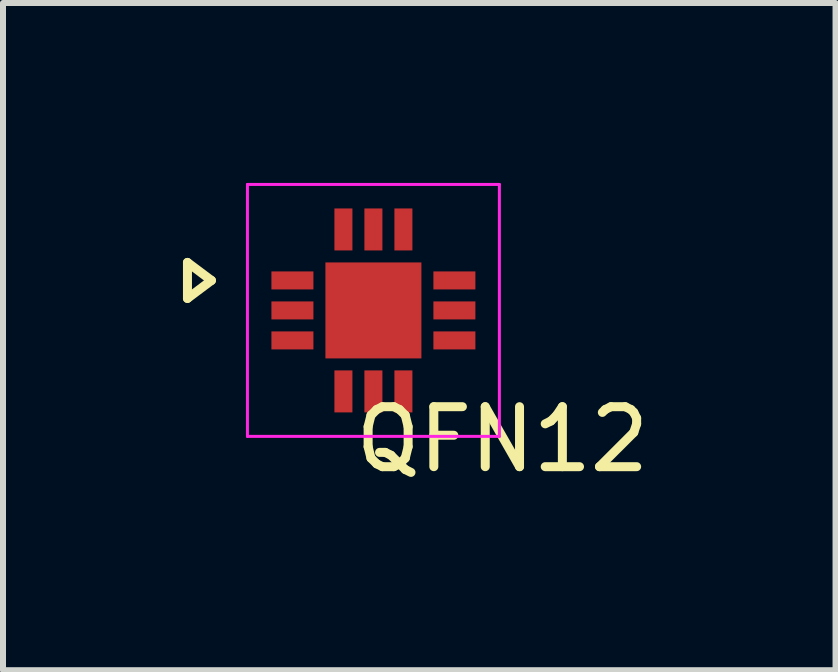
<source format=kicad_pcb>
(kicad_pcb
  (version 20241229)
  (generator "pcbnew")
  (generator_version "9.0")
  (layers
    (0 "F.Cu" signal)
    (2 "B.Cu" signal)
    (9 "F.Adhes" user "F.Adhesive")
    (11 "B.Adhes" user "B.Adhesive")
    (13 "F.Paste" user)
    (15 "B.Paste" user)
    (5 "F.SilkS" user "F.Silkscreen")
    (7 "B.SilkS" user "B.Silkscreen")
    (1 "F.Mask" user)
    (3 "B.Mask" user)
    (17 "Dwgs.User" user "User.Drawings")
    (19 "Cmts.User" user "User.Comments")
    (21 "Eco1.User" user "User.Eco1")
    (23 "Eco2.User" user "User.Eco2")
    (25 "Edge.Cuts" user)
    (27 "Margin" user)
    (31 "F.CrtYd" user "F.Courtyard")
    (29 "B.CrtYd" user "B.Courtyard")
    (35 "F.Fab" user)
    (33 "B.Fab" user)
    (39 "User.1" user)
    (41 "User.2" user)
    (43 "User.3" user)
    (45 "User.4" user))
  (footprint "QFN12"
    (layer "F.Cu")
    (at 3.175 2.125)
    (property "Reference" "QFN12" (at 2.15 2.15 0) (layer "F.SilkS") (effects (font (size 1 1) (thickness 0.15))))
    (attr smd)
    (fp_line (start -3.1 -0.8) (end -2.7 -0.5) (stroke (width 0.15) (type solid)) (layer "F.SilkS"))
    (fp_line (start -3.1 -0.2) (end -3.1 -0.8) (stroke (width 0.15) (type solid)) (layer "F.SilkS"))
    (fp_line (start -2.7 -0.5) (end -3.1 -0.2) (stroke (width 0.15) (type solid)) (layer "F.SilkS"))
    (fp_line (start -2.1 -2.1) (end -2.1 2.1) (stroke (width 0.05) (type solid)) (layer "F.CrtYd"))
    (fp_line (start -2.1 -2.1) (end 2.1 -2.1) (stroke (width 0.05) (type solid)) (layer "F.CrtYd"))
    (fp_line (start 2.1 -2.1) (end 2.1 2.1) (stroke (width 0.05) (type solid)) (layer "F.CrtYd"))
    (fp_line (start 2.1 2.1) (end -2.1 2.1) (stroke (width 0.05) (type solid)) (layer "F.CrtYd"))
    (pad "0" smd rect (at 0 0) (size 1.6 1.6) (layers "F.Cu" "F.Mask" "F.Paste"))
    (pad "1" smd rect (at -1.35 -0.5) (size 0.7 0.3) (layers "F.Cu" "F.Mask" "F.Paste"))
    (pad "2" smd rect (at -1.35 0) (size 0.7 0.3) (layers "F.Cu" "F.Mask" "F.Paste"))
    (pad "3" smd rect (at -1.35 0.5) (size 0.7 0.3) (layers "F.Cu" "F.Mask" "F.Paste"))
    (pad "4" smd rect (at -0.5 1.35) (size 0.3 0.7) (layers "F.Cu" "F.Mask" "F.Paste"))
    (pad "5" smd rect (at 0 1.35) (size 0.3 0.7) (layers "F.Cu" "F.Mask" "F.Paste"))
    (pad "6" smd rect (at 0.5 1.35) (size 0.3 0.7) (layers "F.Cu" "F.Mask" "F.Paste"))
    (pad "7" smd rect (at 1.35 0.5) (size 0.7 0.3) (layers "F.Cu" "F.Mask" "F.Paste"))
    (pad "8" smd rect (at 1.35 0) (size 0.7 0.3) (layers "F.Cu" "F.Mask" "F.Paste"))
    (pad "9" smd rect (at 1.35 -0.5) (size 0.7 0.3) (layers "F.Cu" "F.Mask" "F.Paste"))
    (pad "10" smd rect (at 0.5 -1.35) (size 0.3 0.7) (layers "F.Cu" "F.Mask" "F.Paste"))
    (pad "11" smd rect (at 0 -1.35) (size 0.3 0.7) (layers "F.Cu" "F.Mask" "F.Paste"))
    (pad "12" smd rect (at -0.5 -1.35) (size 0.3 0.7) (layers "F.Cu" "F.Mask" "F.Paste")))
  (gr_rect
    (start -3 -3)
    (end 10.879 8.123)
    (stroke (width 0.1) (type default))
    (fill no)
    (layer "Edge.Cuts")))
</source>
